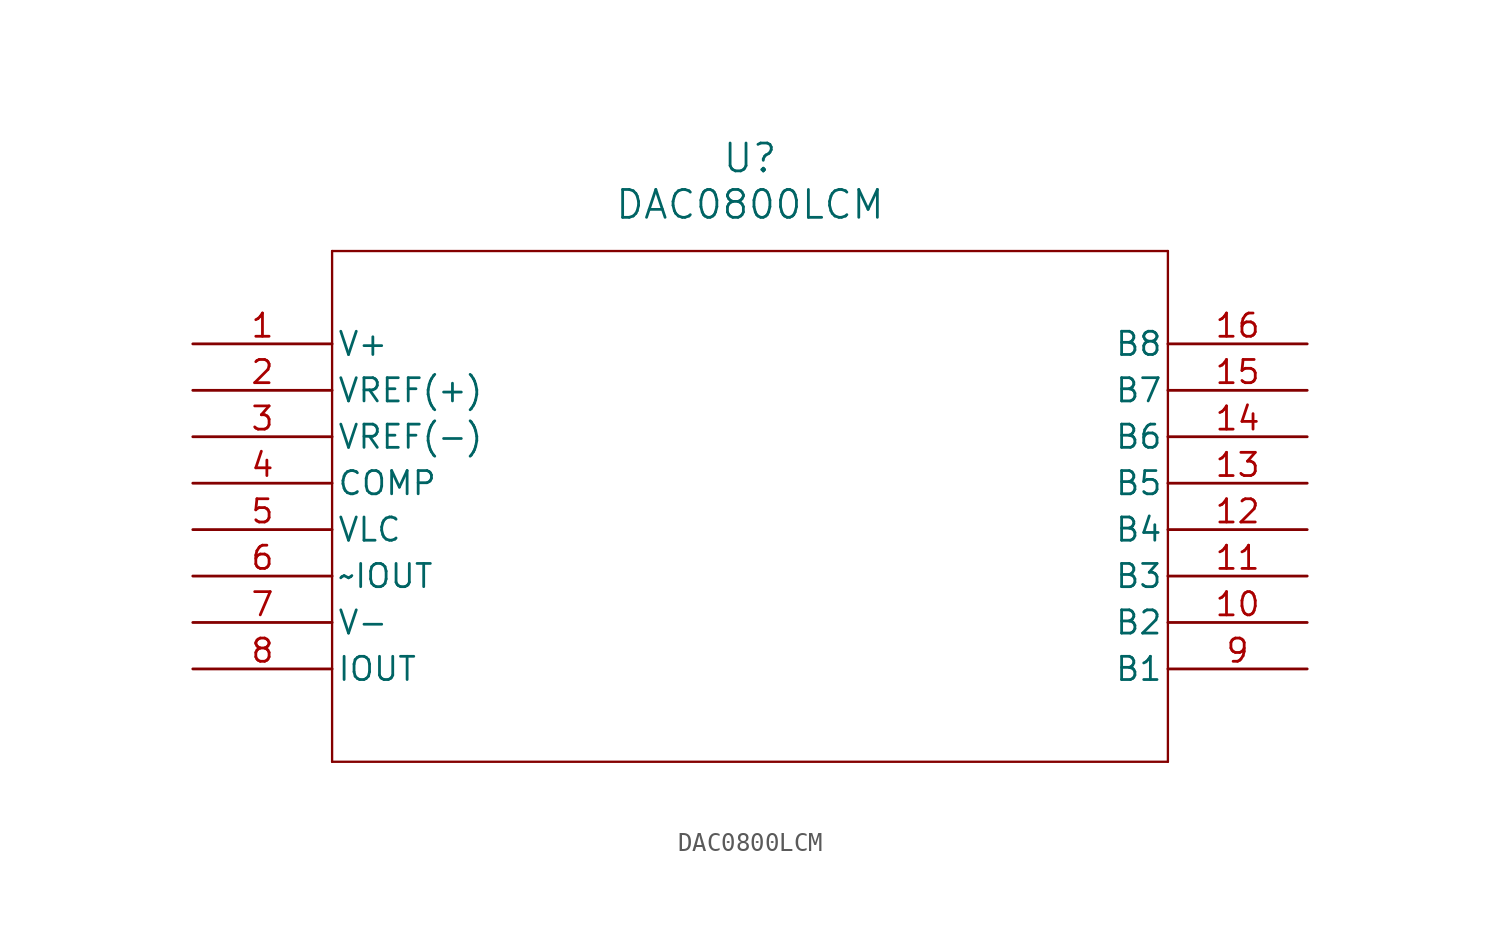
<source format=kicad_sym>
(kicad_symbol_lib
  (version 20211014)
  (generator kicad_symbol_editor)
  (symbol "DAC0800LCM"
    (pin_names
      (offset 0.254))
    (property "Reference" "U"
      (at 30.48 10.16 0)
      (effects (font (size 1.524 1.524))))
    (property "Value" "DAC0800LCM"
      (at 30.48 7.62 0)
      (effects (font (size 1.524 1.524))))
    (symbol "DAC0800LCM_0_1"
      (polyline (pts (xy 7.62 5.08) (xy 7.62 -22.86)) (stroke (width 0.127) (type default) (color 0 0 0 0)) (fill (type none)))
      (polyline (pts (xy 7.62 -22.86) (xy 53.34 -22.86)) (stroke (width 0.127) (type default) (color 0 0 0 0)) (fill (type none)))
      (polyline (pts (xy 53.34 -22.86) (xy 53.34 5.08)) (stroke (width 0.127) (type default) (color 0 0 0 0)) (fill (type none)))
      (polyline (pts (xy 53.34 5.08) (xy 7.62 5.08)) (stroke (width 0.127) (type default) (color 0 0 0 0)) (fill (type none)))
      (pin power_in line (at 0 0 0) (length 7.62) (name "V+" (effects (font (size 1.27 1.27)))) (number "1" (effects (font (size 1.27 1.27)))))
      (pin input line (at 0 -2.54 0) (length 7.62) (name "VREF(+)" (effects (font (size 1.27 1.27)))) (number "2" (effects (font (size 1.27 1.27)))))
      (pin input line (at 0 -5.08 0) (length 7.62) (name "VREF(-)" (effects (font (size 1.27 1.27)))) (number "3" (effects (font (size 1.27 1.27)))))
      (pin passive line (at 0 -7.62 0) (length 7.62) (name "COMP" (effects (font (size 1.27 1.27)))) (number "4" (effects (font (size 1.27 1.27)))))
      (pin input line (at 0 -10.16 0) (length 7.62) (name "VLC" (effects (font (size 1.27 1.27)))) (number "5" (effects (font (size 1.27 1.27)))))
      (pin output line (at 0 -12.7 0) (length 7.62) (name "~IOUT" (effects (font (size 1.27 1.27)))) (number "6" (effects (font (size 1.27 1.27)))))
      (pin power_in line (at 0 -15.24 0) (length 7.62) (name "V-" (effects (font (size 1.27 1.27)))) (number "7" (effects (font (size 1.27 1.27)))))
      (pin output line (at 0 -17.78 0) (length 7.62) (name "IOUT" (effects (font (size 1.27 1.27)))) (number "8" (effects (font (size 1.27 1.27)))))
      (pin input line (at 60.96 -17.78 180) (length 7.62) (name "B1" (effects (font (size 1.27 1.27)))) (number "9" (effects (font (size 1.27 1.27)))))
      (pin input line (at 60.96 -15.24 180) (length 7.62) (name "B2" (effects (font (size 1.27 1.27)))) (number "10" (effects (font (size 1.27 1.27)))))
      (pin input line (at 60.96 -12.7 180) (length 7.62) (name "B3" (effects (font (size 1.27 1.27)))) (number "11" (effects (font (size 1.27 1.27)))))
      (pin input line (at 60.96 -10.16 180) (length 7.62) (name "B4" (effects (font (size 1.27 1.27)))) (number "12" (effects (font (size 1.27 1.27)))))
      (pin input line (at 60.96 -7.62 180) (length 7.62) (name "B5" (effects (font (size 1.27 1.27)))) (number "13" (effects (font (size 1.27 1.27)))))
      (pin input line (at 60.96 -5.08 180) (length 7.62) (name "B6" (effects (font (size 1.27 1.27)))) (number "14" (effects (font (size 1.27 1.27)))))
      (pin input line (at 60.96 -2.54 180) (length 7.62) (name "B7" (effects (font (size 1.27 1.27)))) (number "15" (effects (font (size 1.27 1.27)))))
      (pin input line (at 60.96 0 180) (length 7.62) (name "B8" (effects (font (size 1.27 1.27)))) (number "16" (effects (font (size 1.27 1.27))))))))
</source>
